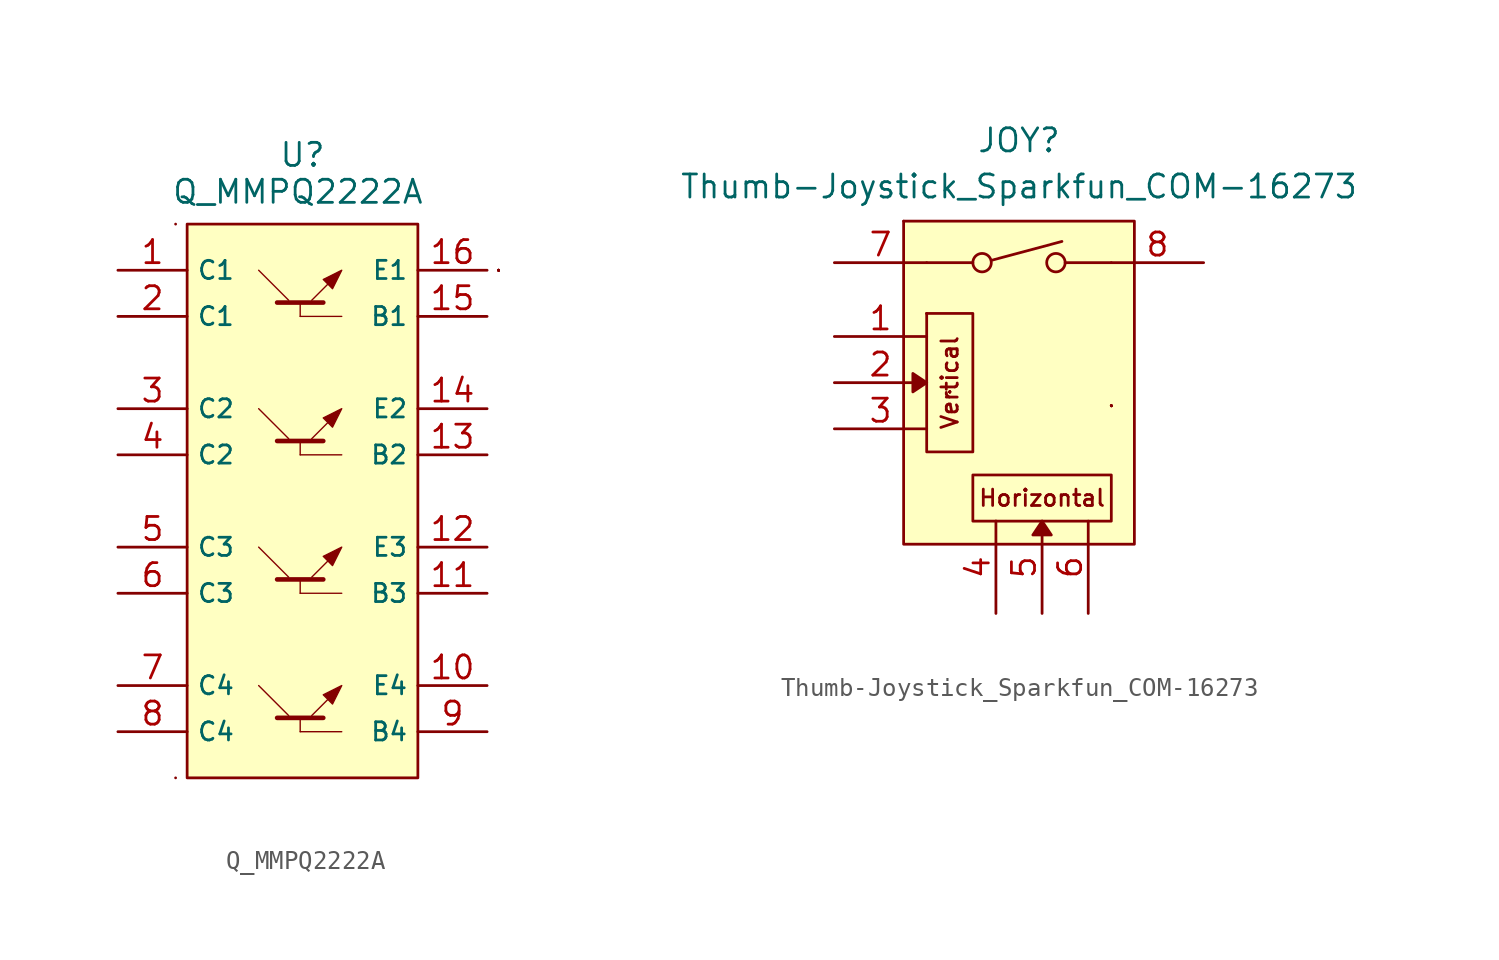
<source format=kicad_sym>
(kicad_symbol_lib
  (version 20211014)
  (generator kicad_symbol_editor)
  (symbol "Q_MMPQ2222A"
    (property "Reference" "U"
      (at 0 0 0)
      (effects (font (size 1.27 1.27))))
    (property "Value" "Q_MMPQ2222A"
      (at -0.254 -2.032 0)
      (effects (font (size 1.27 1.27))))
    (symbol "Q_MMPQ2222A_0_1"
      (rectangle (start -6.985 -34.29) (end -6.985 -34.29) (stroke (width 0.152) (type default) (color 0 0 0 0)) (fill (type none)))
      (rectangle (start -6.985 -3.81) (end -6.985 -3.81) (stroke (width 0.152) (type default) (color 0 0 0 0)) (fill (type none)))
      (rectangle (start -6.35 -3.81) (end 6.35 -34.29) (stroke (width 0.152) (type default) (color 0 0 0 0)) (fill (type background)))
      (polyline (pts (xy -1.397 -30.988) (xy 1.143 -30.988)) (stroke (width 0.254) (type default) (color 0 0 0 0)) (fill (type none)))
      (polyline (pts (xy -1.397 -23.368) (xy 1.143 -23.368)) (stroke (width 0.254) (type default) (color 0 0 0 0)) (fill (type none)))
      (polyline (pts (xy -1.397 -15.748) (xy 1.143 -15.748)) (stroke (width 0.254) (type default) (color 0 0 0 0)) (fill (type none)))
      (polyline (pts (xy -1.397 -8.128) (xy 1.143 -8.128)) (stroke (width 0.254) (type default) (color 0 0 0 0)) (fill (type none)))
      (polyline (pts (xy -0.762 -30.861) (xy -2.413 -29.21)) (stroke (width 0.076) (type default) (color 0 0 0 0)) (fill (type none)))
      (polyline (pts (xy -0.762 -23.241) (xy -2.413 -21.59)) (stroke (width 0.076) (type default) (color 0 0 0 0)) (fill (type none)))
      (polyline (pts (xy -0.762 -15.621) (xy -2.413 -13.97)) (stroke (width 0.076) (type default) (color 0 0 0 0)) (fill (type none)))
      (polyline (pts (xy -0.762 -8.001) (xy -2.413 -6.35)) (stroke (width 0.076) (type default) (color 0 0 0 0)) (fill (type none)))
      (polyline (pts (xy -0.127 -31.75) (xy -0.127 -30.988)) (stroke (width 0.076) (type default) (color 0 0 0 0)) (fill (type none)))
      (polyline (pts (xy -0.127 -24.13) (xy -0.127 -23.368)) (stroke (width 0.076) (type default) (color 0 0 0 0)) (fill (type none)))
      (polyline (pts (xy -0.127 -16.51) (xy -0.127 -15.748)) (stroke (width 0.076) (type default) (color 0 0 0 0)) (fill (type none)))
      (polyline (pts (xy -0.127 -8.89) (xy -0.127 -8.128)) (stroke (width 0.076) (type default) (color 0 0 0 0)) (fill (type none)))
      (polyline (pts (xy 0.508 -30.861) (xy 1.651 -29.718)) (stroke (width 0.076) (type default) (color 0 0 0 0)) (fill (type none)))
      (polyline (pts (xy 0.508 -23.241) (xy 1.651 -22.098)) (stroke (width 0.076) (type default) (color 0 0 0 0)) (fill (type none)))
      (polyline (pts (xy 0.508 -15.621) (xy 1.651 -14.478)) (stroke (width 0.076) (type default) (color 0 0 0 0)) (fill (type none)))
      (polyline (pts (xy 0.508 -8.001) (xy 1.651 -6.858)) (stroke (width 0.076) (type default) (color 0 0 0 0)) (fill (type none)))
      (polyline (pts (xy 2.159 -31.75) (xy -0.127 -31.75)) (stroke (width 0.076) (type default) (color 0 0 0 0)) (fill (type none)))
      (polyline (pts (xy 2.159 -24.13) (xy -0.127 -24.13)) (stroke (width 0.076) (type default) (color 0 0 0 0)) (fill (type none)))
      (polyline (pts (xy 2.159 -16.51) (xy -0.127 -16.51)) (stroke (width 0.076) (type default) (color 0 0 0 0)) (fill (type none)))
      (polyline (pts (xy 2.159 -8.89) (xy -0.127 -8.89)) (stroke (width 0.076) (type default) (color 0 0 0 0)) (fill (type none)))
      (polyline (pts (xy 1.651 -30.226) (xy 1.143 -29.718) (xy 2.159 -29.21) (xy 1.651 -30.226) (xy 1.651 -30.226)) (stroke (width 0.076) (type default) (color 0 0 0 0)) (fill (type outline)))
      (polyline (pts (xy 1.651 -22.606) (xy 1.143 -22.098) (xy 2.159 -21.59) (xy 1.651 -22.606) (xy 1.651 -22.606)) (stroke (width 0.076) (type default) (color 0 0 0 0)) (fill (type outline)))
      (polyline (pts (xy 1.651 -14.986) (xy 1.143 -14.478) (xy 2.159 -13.97) (xy 1.651 -14.986) (xy 1.651 -14.986)) (stroke (width 0.076) (type default) (color 0 0 0 0)) (fill (type outline)))
      (polyline (pts (xy 1.651 -7.366) (xy 1.143 -6.858) (xy 2.159 -6.35) (xy 1.651 -7.366) (xy 1.651 -7.366)) (stroke (width 0.076) (type default) (color 0 0 0 0)) (fill (type outline)))
      (rectangle (start 10.795 -6.35) (end 10.795 -6.35) (stroke (width 0.152) (type default) (color 0 0 0 0)) (fill (type none)))
      (rectangle (start 10.795 -6.35) (end 10.795 -6.35) (stroke (width 0.152) (type default) (color 0 0 0 0)) (fill (type none)))
      (rectangle (start 10.795 -6.35) (end 10.795 -6.35) (stroke (width 0.152) (type default) (color 0 0 0 0)) (fill (type none)))
      (rectangle (start 10.795 -6.35) (end 10.795 -6.35) (stroke (width 0.152) (type default) (color 0 0 0 0)) (fill (type none)))
      (rectangle (start 10.795 -6.35) (end 10.795 -6.35) (stroke (width 0.152) (type default) (color 0 0 0 0)) (fill (type none)))
      (rectangle (start 10.795 -6.35) (end 10.795 -6.35) (stroke (width 0.152) (type default) (color 0 0 0 0)) (fill (type none)))
      (rectangle (start 10.795 -6.35) (end 10.795 -6.35) (stroke (width 0.152) (type default) (color 0 0 0 0)) (fill (type none)))
      (rectangle (start 10.795 -6.35) (end 10.795 -6.35) (stroke (width 0.152) (type default) (color 0 0 0 0)) (fill (type none))))
    (symbol "Q_MMPQ2222A_1_1"
      (pin passive line (at -10.16 -6.35 0) (length 3.81) (name "C1" (effects (font (size 1 1)))) (number "1" (effects (font (size 1.27 1.27)))))
      (pin passive line (at 10.16 -29.21 180) (length 3.81) (name "E4" (effects (font (size 1 1)))) (number "10" (effects (font (size 1.27 1.27)))))
      (pin passive line (at 10.16 -24.13 180) (length 3.81) (name "B3" (effects (font (size 1 1)))) (number "11" (effects (font (size 1.27 1.27)))))
      (pin passive line (at 10.16 -21.59 180) (length 3.81) (name "E3" (effects (font (size 1 1)))) (number "12" (effects (font (size 1.27 1.27)))))
      (pin passive line (at 10.16 -16.51 180) (length 3.81) (name "B2" (effects (font (size 1 1)))) (number "13" (effects (font (size 1.27 1.27)))))
      (pin passive line (at 10.16 -13.97 180) (length 3.81) (name "E2" (effects (font (size 1 1)))) (number "14" (effects (font (size 1.27 1.27)))))
      (pin passive line (at 10.16 -8.89 180) (length 3.81) (name "B1" (effects (font (size 1 1)))) (number "15" (effects (font (size 1.27 1.27)))))
      (pin passive line (at 10.16 -6.35 180) (length 3.81) (name "E1" (effects (font (size 1 1)))) (number "16" (effects (font (size 1.27 1.27)))))
      (pin passive line (at -10.16 -8.89 0) (length 3.81) (name "C1" (effects (font (size 1 1)))) (number "2" (effects (font (size 1.27 1.27)))))
      (pin passive line (at -10.16 -13.97 0) (length 3.81) (name "C2" (effects (font (size 1 1)))) (number "3" (effects (font (size 1.27 1.27)))))
      (pin passive line (at -10.16 -16.51 0) (length 3.81) (name "C2" (effects (font (size 1 1)))) (number "4" (effects (font (size 1.27 1.27)))))
      (pin passive line (at -10.16 -21.59 0) (length 3.81) (name "C3" (effects (font (size 1 1)))) (number "5" (effects (font (size 1.27 1.27)))))
      (pin passive line (at -10.16 -24.13 0) (length 3.81) (name "C3" (effects (font (size 1 1)))) (number "6" (effects (font (size 1.27 1.27)))))
      (pin passive line (at -10.16 -29.21 0) (length 3.81) (name "C4" (effects (font (size 1 1)))) (number "7" (effects (font (size 1.27 1.27)))))
      (pin passive line (at -10.16 -31.75 0) (length 3.81) (name "C4" (effects (font (size 1 1)))) (number "8" (effects (font (size 1.27 1.27)))))
      (pin passive line (at 10.16 -31.75 180) (length 3.81) (name "B4" (effects (font (size 1 1)))) (number "9" (effects (font (size 1.27 1.27)))))))
  (symbol "Thumb-Joystick_Sparkfun_COM-16273"
    (property "Reference" "JOY"
      (at -0.254 13.081 0)
      (effects (font (size 1.27 1.27))))
    (property "Value" "Thumb-Joystick_Sparkfun_COM-16273"
      (at -0.254 10.541 0)
      (effects (font (size 1.27 1.27))))
    (symbol "Thumb-Joystick_Sparkfun_COM-16273_0_0"
      (circle (center -2.286 6.35) (radius 0.508) (stroke (width 0) (type default) (color 0 0 0 0)) (fill (type none)))
      (polyline (pts (xy -4.064 -0.762) (xy -4.064 -0.762)) (stroke (width 0.152) (type default) (color 0 0 0 0)) (fill (type none)))
      (polyline (pts (xy -4.064 -0.762) (xy -4.064 -0.762)) (stroke (width 0.152) (type default) (color 0 0 0 0)) (fill (type none)))
      (polyline (pts (xy -4.064 -0.762) (xy -4.064 -0.762)) (stroke (width 0.152) (type default) (color 0 0 0 0)) (fill (type none)))
      (polyline (pts (xy -4.064 -0.762) (xy -4.064 -0.762)) (stroke (width 0.152) (type default) (color 0 0 0 0)) (fill (type none)))
      (polyline (pts (xy -4.064 -0.762) (xy -4.064 -0.762)) (stroke (width 0.152) (type default) (color 0 0 0 0)) (fill (type none)))
      (polyline (pts (xy -4.064 -0.762) (xy -4.064 -0.762)) (stroke (width 0.152) (type default) (color 0 0 0 0)) (fill (type none)))
      (polyline (pts (xy -4.064 -0.762) (xy -4.064 -0.762)) (stroke (width 0.152) (type default) (color 0 0 0 0)) (fill (type none)))
      (polyline (pts (xy -4.064 -0.762) (xy -4.064 -0.762)) (stroke (width 0.152) (type default) (color 0 0 0 0)) (fill (type none)))
      (polyline (pts (xy -4.064 -0.762) (xy -4.064 -0.762)) (stroke (width 0.152) (type default) (color 0 0 0 0)) (fill (type none)))
      (polyline (pts (xy -4.064 -0.762) (xy -4.064 -0.762)) (stroke (width 0.152) (type default) (color 0 0 0 0)) (fill (type none)))
      (polyline (pts (xy -1.778 6.477) (xy 2.108 7.518)) (stroke (width 0) (type default) (color 0 0 0 0)) (fill (type none)))
      (circle (center 1.778 6.35) (radius 0.508) (stroke (width 0) (type default) (color 0 0 0 0)) (fill (type none)))
      (rectangle (start 4.826 -1.524) (end 4.826 -1.524) (stroke (width 0.152) (type default) (color 0 0 0 0)) (fill (type none)))
      (rectangle (start 4.826 -1.524) (end 4.826 -1.524) (stroke (width 0.152) (type default) (color 0 0 0 0)) (fill (type none)))
      (rectangle (start 4.826 -1.524) (end 4.826 -1.524) (stroke (width 0.152) (type default) (color 0 0 0 0)) (fill (type none)))
      (rectangle (start 4.826 -1.524) (end 4.826 -1.524) (stroke (width 0.152) (type default) (color 0 0 0 0)) (fill (type none)))
      (rectangle (start 4.826 -1.524) (end 4.826 -1.524) (stroke (width 0.152) (type default) (color 0 0 0 0)) (fill (type none)))
      (rectangle (start 4.826 -1.524) (end 4.826 -1.524) (stroke (width 0.152) (type default) (color 0 0 0 0)) (fill (type none)))
      (rectangle (start 4.826 -1.524) (end 4.826 -1.524) (stroke (width 0.152) (type default) (color 0 0 0 0)) (fill (type none)))
      (text "Horizontal" (at 1.016 -6.604 0) (effects (font (size 0.9 0.9))))
      (text "Vertical" (at -4.064 -0.254 900) (effects (font (size 0.9 0.9)))))
    (symbol "Thumb-Joystick_Sparkfun_COM-16273_0_1"
      (rectangle (start -6.604 8.636) (end -6.604 8.636) (stroke (width 0.152) (type default) (color 0 0 0 0)) (fill (type none)))
      (rectangle (start -6.604 8.636) (end 6.096 -9.144) (stroke (width 0.152) (type default) (color 0 0 0 0)) (fill (type background)))
      (rectangle (start -5.334 -4.064) (end -2.794 3.556) (stroke (width 0.152) (type default) (color 0 0 0 0)) (fill (type none)))
      (rectangle (start -5.334 3.556) (end -5.334 3.556) (stroke (width 0.152) (type default) (color 0 0 0 0)) (fill (type none)))
      (rectangle (start -5.334 3.556) (end -5.334 3.556) (stroke (width 0.152) (type default) (color 0 0 0 0)) (fill (type none)))
      (rectangle (start -2.794 -5.334) (end 4.826 -7.874) (stroke (width 0.152) (type default) (color 0 0 0 0)) (fill (type none)))
      (rectangle (start -1.524 -7.874) (end -1.524 -7.874) (stroke (width 0.152) (type default) (color 0 0 0 0)) (fill (type none)))
      (polyline (pts (xy -5.334 6.35) (xy -2.794 6.35)) (stroke (width 0.152) (type default) (color 0 0 0 0)) (fill (type none)))
      (polyline (pts (xy 4.826 6.35) (xy 2.286 6.35)) (stroke (width 0.152) (type default) (color 0 0 0 0)) (fill (type none)))
      (polyline (pts (xy -5.334 -0.254) (xy -6.096 -0.762) (xy -6.096 0.254) (xy -5.334 -0.254)) (stroke (width 0) (type default) (color 0 0 0 0)) (fill (type outline)))
      (polyline (pts (xy 1.016 -7.874) (xy 1.524 -8.636) (xy 0.508 -8.636) (xy 1.016 -7.874)) (stroke (width 0) (type default) (color 0 0 0 0)) (fill (type outline))))
    (symbol "Thumb-Joystick_Sparkfun_COM-16273_1_1"
      (pin passive line (at -10.414 2.286 0) (length 5.08) (name "~" (effects (font (size 1 1)))) (number "1" (effects (font (size 1.27 1.27)))))
      (pin passive line (at -10.414 -0.254 0) (length 5.08) (name "~" (effects (font (size 1 1)))) (number "2" (effects (font (size 1.27 1.27)))))
      (pin passive line (at -10.414 -2.794 0) (length 5.08) (name "~" (effects (font (size 1 1)))) (number "3" (effects (font (size 1.27 1.27)))))
      (pin passive line (at -1.524 -12.954 90) (length 5.08) (name "~" (effects (font (size 1 1)))) (number "4" (effects (font (size 1.27 1.27)))))
      (pin passive line (at 1.016 -12.954 90) (length 5.08) (name "~" (effects (font (size 1 1)))) (number "5" (effects (font (size 1.27 1.27)))))
      (pin passive line (at 3.556 -12.954 90) (length 5.08) (name "~" (effects (font (size 1 1)))) (number "6" (effects (font (size 1.27 1.27)))))
      (pin passive line (at -10.414 6.35 0) (length 5.08) (name "~" (effects (font (size 1 1)))) (number "7" (effects (font (size 1.27 1.27)))))
      (pin passive line (at 9.906 6.35 180) (length 5.08) (name "~" (effects (font (size 1 1)))) (number "8" (effects (font (size 1.27 1.27))))))))
</source>
